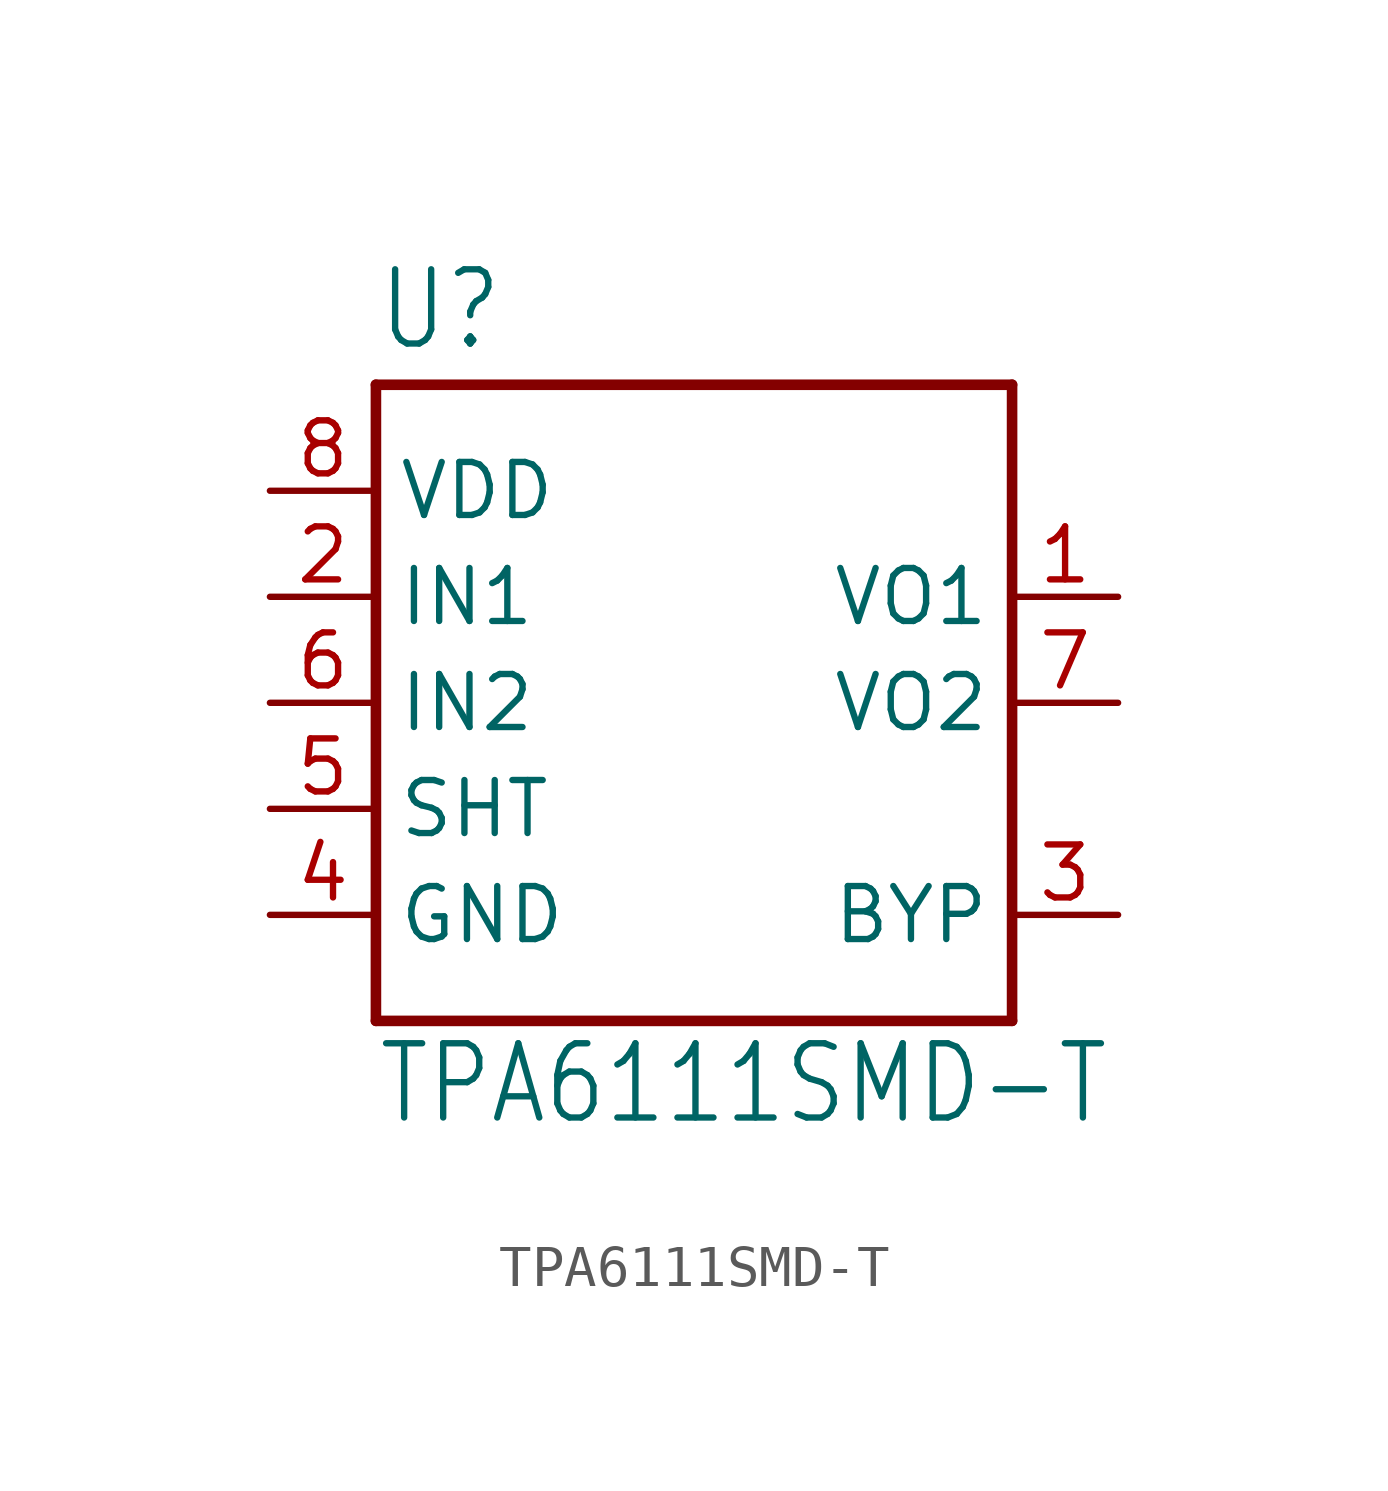
<source format=kicad_sym>
(kicad_symbol_lib
  (version 20211014)
  (generator kicad_symbol_editor)
  (symbol "TPA6111SMD-T"
    (property "Reference" "U"
      (at -7.62 5.842 0)
      (effects (font (size 1.778 1.511)) (justify left bottom)))
    (property "Value" "TPA6111SMD-T"
      (at -7.62 -12.7 0)
      (effects (font (size 1.778 1.511)) (justify left bottom)))
    (property "ki_locked" ""
      (at 0 0 0)
      (effects (font (size 1.27 1.27))))
    (symbol "TPA6111SMD-T_1_0"
      (polyline (pts (xy -7.62 -10.16) (xy -7.62 5.08)) (stroke (width 0.254) (type default) (color 0 0 0 0)) (fill (type none)))
      (polyline (pts (xy -7.62 5.08) (xy 7.62 5.08)) (stroke (width 0.254) (type default) (color 0 0 0 0)) (fill (type none)))
      (polyline (pts (xy 7.62 -10.16) (xy -7.62 -10.16)) (stroke (width 0.254) (type default) (color 0 0 0 0)) (fill (type none)))
      (polyline (pts (xy 7.62 5.08) (xy 7.62 -10.16)) (stroke (width 0.254) (type default) (color 0 0 0 0)) (fill (type none)))
      (pin bidirectional line (at 10.16 0 180) (length 2.54) (name "VO1" (effects (font (size 1.27 1.27)))) (number "1" (effects (font (size 1.27 1.27)))))
      (pin bidirectional line (at -10.16 0 0) (length 2.54) (name "IN1" (effects (font (size 1.27 1.27)))) (number "2" (effects (font (size 1.27 1.27)))))
      (pin bidirectional line (at 10.16 -7.62 180) (length 2.54) (name "BYP" (effects (font (size 1.27 1.27)))) (number "3" (effects (font (size 1.27 1.27)))))
      (pin bidirectional line (at -10.16 -7.62 0) (length 2.54) (name "GND" (effects (font (size 1.27 1.27)))) (number "4" (effects (font (size 1.27 1.27)))))
      (pin bidirectional line (at -10.16 -5.08 0) (length 2.54) (name "SHT" (effects (font (size 1.27 1.27)))) (number "5" (effects (font (size 1.27 1.27)))))
      (pin bidirectional line (at -10.16 -2.54 0) (length 2.54) (name "IN2" (effects (font (size 1.27 1.27)))) (number "6" (effects (font (size 1.27 1.27)))))
      (pin bidirectional line (at 10.16 -2.54 180) (length 2.54) (name "VO2" (effects (font (size 1.27 1.27)))) (number "7" (effects (font (size 1.27 1.27)))))
      (pin bidirectional line (at -10.16 2.54 0) (length 2.54) (name "VDD" (effects (font (size 1.27 1.27)))) (number "8" (effects (font (size 1.27 1.27))))))))
</source>
